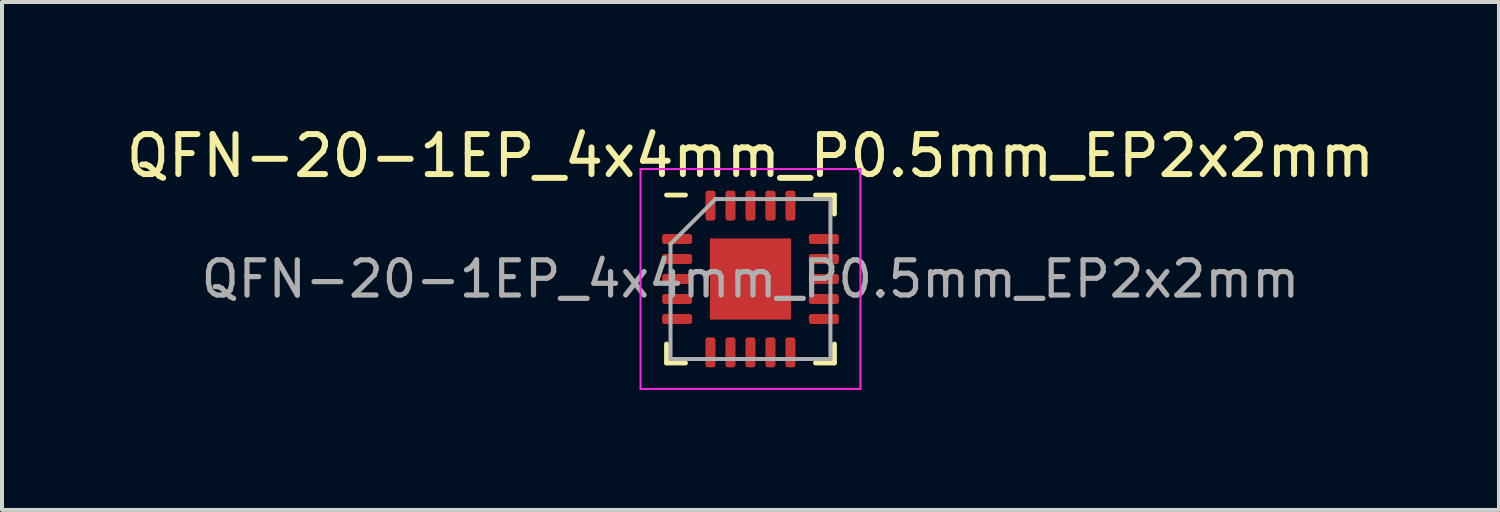
<source format=kicad_pcb>
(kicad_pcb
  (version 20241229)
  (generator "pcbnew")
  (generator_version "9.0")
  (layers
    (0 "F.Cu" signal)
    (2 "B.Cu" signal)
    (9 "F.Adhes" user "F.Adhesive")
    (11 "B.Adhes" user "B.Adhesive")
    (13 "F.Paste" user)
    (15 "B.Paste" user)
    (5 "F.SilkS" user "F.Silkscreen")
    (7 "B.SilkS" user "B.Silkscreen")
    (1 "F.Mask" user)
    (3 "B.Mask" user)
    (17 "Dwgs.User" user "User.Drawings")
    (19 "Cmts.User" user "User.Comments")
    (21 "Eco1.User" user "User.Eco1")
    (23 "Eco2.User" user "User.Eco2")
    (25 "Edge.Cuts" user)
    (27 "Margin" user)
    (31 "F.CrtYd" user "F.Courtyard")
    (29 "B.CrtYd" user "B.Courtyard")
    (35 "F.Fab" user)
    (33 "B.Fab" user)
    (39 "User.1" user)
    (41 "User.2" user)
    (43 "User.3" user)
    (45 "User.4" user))
  (footprint "QFN-20-1EP_4x4mm_P0.5mm_EP2x2mm"
    (layer "F.Cu")
    (at 15.72 3.928)
    (property "Reference" "QFN-20-1EP_4x4mm_P0.5mm_EP2x2mm" (at 0 -3.08 0) (layer "F.SilkS") (effects (font (size 1 1) (thickness 0.15))))
    (attr smd)
    (fp_line (start -2.1 2.1) (end -2.1 1.625) (stroke (width 0.12) (type solid)) (layer "F.SilkS"))
    (fp_line (start -1.625 -2.1) (end -2.1 -2.1) (stroke (width 0.12) (type solid)) (layer "F.SilkS"))
    (fp_line (start -1.625 2.1) (end -2.1 2.1) (stroke (width 0.12) (type solid)) (layer "F.SilkS"))
    (fp_line (start 1.625 -2.1) (end 2.1 -2.1) (stroke (width 0.12) (type solid)) (layer "F.SilkS"))
    (fp_line (start 1.625 2.1) (end 2.1 2.1) (stroke (width 0.12) (type solid)) (layer "F.SilkS"))
    (fp_line (start 2.1 -2.1) (end 2.1 -1.625) (stroke (width 0.12) (type solid)) (layer "F.SilkS"))
    (fp_line (start 2.1 2.1) (end 2.1 1.625) (stroke (width 0.12) (type solid)) (layer "F.SilkS"))
    (fp_line (start -2.75 -2.75) (end -2.75 2.75) (stroke (width 0.05) (type solid)) (layer "F.CrtYd"))
    (fp_line (start -2.75 2.75) (end 2.75 2.75) (stroke (width 0.05) (type solid)) (layer "F.CrtYd"))
    (fp_line (start 2.75 -2.75) (end -2.75 -2.75) (stroke (width 0.05) (type solid)) (layer "F.CrtYd"))
    (fp_line (start 2.75 2.75) (end 2.75 -2.75) (stroke (width 0.05) (type solid)) (layer "F.CrtYd"))
    (fp_line (start -2 -0.875) (end -0.875 -2) (stroke (width 0.1) (type solid)) (layer "F.Fab"))
    (fp_line (start -2 2) (end -2 -0.875) (stroke (width 0.1) (type solid)) (layer "F.Fab"))
    (fp_line (start -0.875 -2) (end 2 -2) (stroke (width 0.1) (type solid)) (layer "F.Fab"))
    (fp_line (start 2 -2) (end 2 2) (stroke (width 0.1) (type solid)) (layer "F.Fab"))
    (fp_line (start 2 2) (end -2 2) (stroke (width 0.1) (type solid)) (layer "F.Fab"))
    (fp_text user "${REFERENCE}" (at 0 0 0) (layer "F.Fab") (effects (font (size 0.88 0.88) (thickness 0.13))))
    (pad "" smd roundrect (at -0.5 -0.5) (size 0.81 0.81) (layers "F.Paste") (roundrect_rratio 0.25))
    (pad "" smd roundrect (at -0.5 0.5) (size 0.81 0.81) (layers "F.Paste") (roundrect_rratio 0.25))
    (pad "" smd roundrect (at 0.5 -0.5) (size 0.81 0.81) (layers "F.Paste") (roundrect_rratio 0.25))
    (pad "" smd roundrect (at 0.5 0.5) (size 0.81 0.81) (layers "F.Paste") (roundrect_rratio 0.25))
    (pad "1" smd roundrect (at -1.835 -1) (size 0.75 0.25) (layers "F.Cu" "F.Mask" "F.Paste") (roundrect_rratio 0.25))
    (pad "2" smd roundrect (at -1.835 -0.5) (size 0.75 0.25) (layers "F.Cu" "F.Mask" "F.Paste") (roundrect_rratio 0.25))
    (pad "3" smd roundrect (at -1.835 0) (size 0.75 0.25) (layers "F.Cu" "F.Mask" "F.Paste") (roundrect_rratio 0.25))
    (pad "4" smd roundrect (at -1.835 0.5) (size 0.75 0.25) (layers "F.Cu" "F.Mask" "F.Paste") (roundrect_rratio 0.25))
    (pad "5" smd roundrect (at -1.835 1) (size 0.75 0.25) (layers "F.Cu" "F.Mask" "F.Paste") (roundrect_rratio 0.25))
    (pad "6" smd roundrect (at -1 1.835) (size 0.25 0.75) (layers "F.Cu" "F.Mask" "F.Paste") (roundrect_rratio 0.25))
    (pad "7" smd roundrect (at -0.5 1.835) (size 0.25 0.75) (layers "F.Cu" "F.Mask" "F.Paste") (roundrect_rratio 0.25))
    (pad "8" smd roundrect (at 0 1.835) (size 0.25 0.75) (layers "F.Cu" "F.Mask" "F.Paste") (roundrect_rratio 0.25))
    (pad "9" smd roundrect (at 0.5 1.835) (size 0.25 0.75) (layers "F.Cu" "F.Mask" "F.Paste") (roundrect_rratio 0.25))
    (pad "10" smd roundrect (at 1 1.835) (size 0.25 0.75) (layers "F.Cu" "F.Mask" "F.Paste") (roundrect_rratio 0.25))
    (pad "11" smd roundrect (at 1.835 1) (size 0.75 0.25) (layers "F.Cu" "F.Mask" "F.Paste") (roundrect_rratio 0.25))
    (pad "12" smd roundrect (at 1.835 0.5) (size 0.75 0.25) (layers "F.Cu" "F.Mask" "F.Paste") (roundrect_rratio 0.25))
    (pad "13" smd roundrect (at 1.835 0) (size 0.75 0.25) (layers "F.Cu" "F.Mask" "F.Paste") (roundrect_rratio 0.25))
    (pad "14" smd roundrect (at 1.835 -0.5) (size 0.75 0.25) (layers "F.Cu" "F.Mask" "F.Paste") (roundrect_rratio 0.25))
    (pad "15" smd roundrect (at 1.835 -1) (size 0.75 0.25) (layers "F.Cu" "F.Mask" "F.Paste") (roundrect_rratio 0.25))
    (pad "16" smd roundrect (at 1 -1.835) (size 0.25 0.75) (layers "F.Cu" "F.Mask" "F.Paste") (roundrect_rratio 0.25))
    (pad "17" smd roundrect (at 0.5 -1.835) (size 0.255 0.75) (layers "F.Cu" "F.Mask" "F.Paste") (roundrect_rratio 0.25))
    (pad "18" smd roundrect (at 0 -1.835) (size 0.25 0.75) (layers "F.Cu" "F.Mask" "F.Paste") (roundrect_rratio 0.25))
    (pad "19" smd roundrect (at -0.5 -1.835) (size 0.25 0.75) (layers "F.Cu" "F.Mask" "F.Paste") (roundrect_rratio 0.25))
    (pad "20" smd roundrect (at -1 -1.835) (size 0.25 0.75) (layers "F.Cu" "F.Mask" "F.Paste") (roundrect_rratio 0.25))
    (pad "21" smd rect (at 0 0) (size 2.03 2.03) (layers "F.Cu" "F.Mask")))
  (gr_rect
    (start -3 -3)
    (end 34.44 9.703)
    (stroke (width 0.1) (type default))
    (fill no)
    (layer "Edge.Cuts")))
</source>
